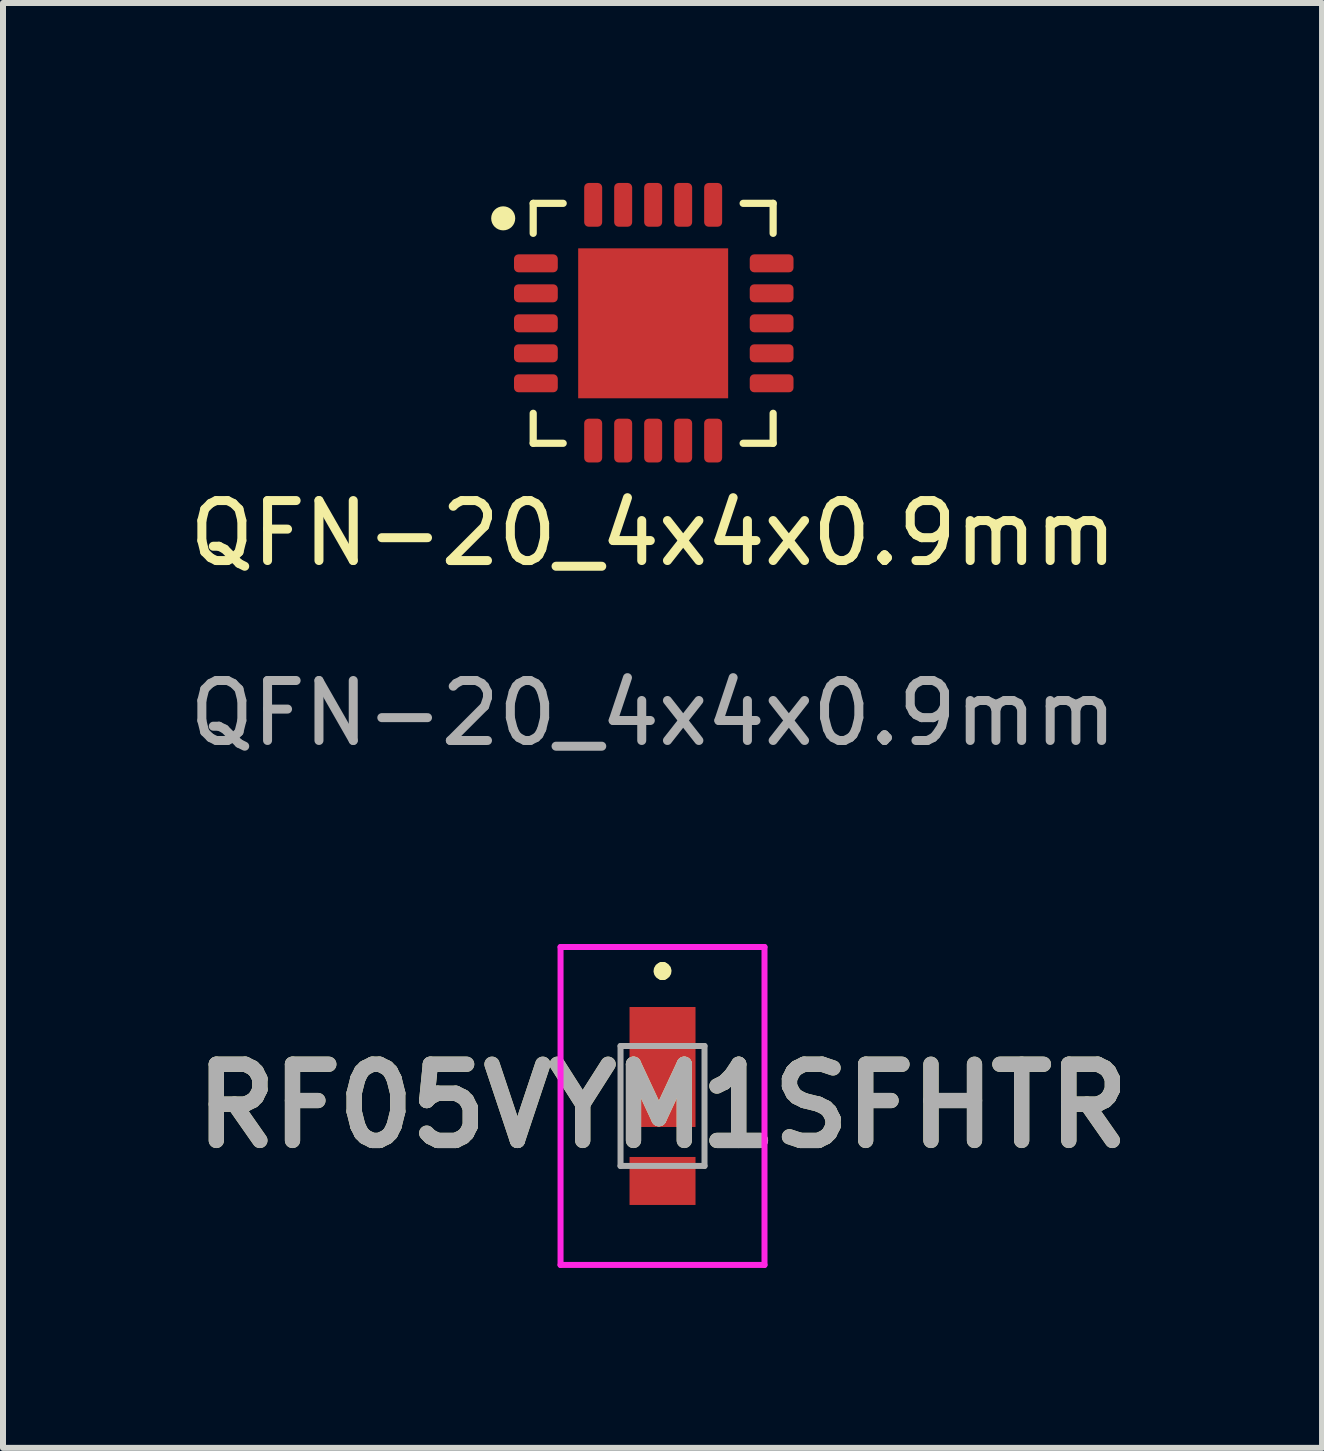
<source format=kicad_pcb>
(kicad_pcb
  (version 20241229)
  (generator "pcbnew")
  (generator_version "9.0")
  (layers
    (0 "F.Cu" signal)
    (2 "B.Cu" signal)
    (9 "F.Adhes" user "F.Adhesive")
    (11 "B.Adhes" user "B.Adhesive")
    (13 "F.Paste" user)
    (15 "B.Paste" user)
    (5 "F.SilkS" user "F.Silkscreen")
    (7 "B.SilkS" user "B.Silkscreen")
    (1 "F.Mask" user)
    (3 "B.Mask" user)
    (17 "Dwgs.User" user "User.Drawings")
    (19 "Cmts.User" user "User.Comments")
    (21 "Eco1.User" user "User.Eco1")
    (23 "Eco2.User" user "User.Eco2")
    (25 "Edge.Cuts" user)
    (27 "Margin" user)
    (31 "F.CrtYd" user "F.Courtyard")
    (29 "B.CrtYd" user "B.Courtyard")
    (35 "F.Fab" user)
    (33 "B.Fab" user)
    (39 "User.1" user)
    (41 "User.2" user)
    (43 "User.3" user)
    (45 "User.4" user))
  (footprint "QFN-20_4x4x0.9mm"
    (layer "F.Cu")
    (at 7.839 2.34)
    (property "Reference" "QFN-20_4x4x0.9mm" (at 0 3.5 0) (unlocked yes) (layer "F.SilkS") (effects (font (size 1 1) (thickness 0.15))))
    (attr smd)
    (fp_line (start -2 -2) (end -1.5 -2) (stroke (width 0.12) (type solid)) (layer "F.SilkS"))
    (fp_line (start -2 -1.5) (end -2 -2) (stroke (width 0.12) (type solid)) (layer "F.SilkS"))
    (fp_line (start -2 2) (end -2 1.5) (stroke (width 0.12) (type solid)) (layer "F.SilkS"))
    (fp_line (start -1.5 2) (end -2 2) (stroke (width 0.12) (type solid)) (layer "F.SilkS"))
    (fp_line (start 1.5 2) (end 2 2) (stroke (width 0.12) (type solid)) (layer "F.SilkS"))
    (fp_line (start 2 -2) (end 1.5 -2) (stroke (width 0.12) (type solid)) (layer "F.SilkS"))
    (fp_line (start 2 -1.5) (end 2 -2) (stroke (width 0.12) (type solid)) (layer "F.SilkS"))
    (fp_line (start 2 2) (end 2 1.5) (stroke (width 0.12) (type solid)) (layer "F.SilkS"))
    (fp_circle (center -2.5 -1.75) (end -2.3 -1.75) (stroke (width 0.001) (type solid)) (fill yes) (layer "F.SilkS"))
    (fp_text user "${REFERENCE}" (at 0 6.5 0) (unlocked yes) (layer "F.Fab") (effects (font (size 1 1) (thickness 0.15))))
    (pad "1" smd roundrect (at -1.955 -1 90) (size 0.3 0.73) (layers "F.Cu" "F.Mask" "F.Paste") (roundrect_rratio 0.25))
    (pad "2" smd roundrect (at -1.955 -0.5 90) (size 0.3 0.73) (layers "F.Cu" "F.Mask" "F.Paste") (roundrect_rratio 0.25))
    (pad "3" smd roundrect (at -1.955 0 90) (size 0.3 0.73) (layers "F.Cu" "F.Mask" "F.Paste") (roundrect_rratio 0.25))
    (pad "4" smd roundrect (at -1.955 0.5 90) (size 0.3 0.73) (layers "F.Cu" "F.Mask" "F.Paste") (roundrect_rratio 0.25))
    (pad "5" smd roundrect (at -1.955 1 90) (size 0.3 0.73) (layers "F.Cu" "F.Mask" "F.Paste") (roundrect_rratio 0.25))
    (pad "6" smd roundrect (at -1 1.955 180) (size 0.3 0.73) (layers "F.Cu" "F.Mask" "F.Paste") (roundrect_rratio 0.25))
    (pad "7" smd roundrect (at -0.5 1.955 180) (size 0.3 0.73) (layers "F.Cu" "F.Mask" "F.Paste") (roundrect_rratio 0.25))
    (pad "8" smd roundrect (at 0 1.955 180) (size 0.3 0.73) (layers "F.Cu" "F.Mask" "F.Paste") (roundrect_rratio 0.25))
    (pad "9" smd roundrect (at 0.5 1.955 180) (size 0.3 0.73) (layers "F.Cu" "F.Mask" "F.Paste") (roundrect_rratio 0.25))
    (pad "10" smd roundrect (at 1 1.955 180) (size 0.3 0.73) (layers "F.Cu" "F.Mask" "F.Paste") (roundrect_rratio 0.25))
    (pad "11" smd roundrect (at 1.975 1 90) (size 0.3 0.73) (layers "F.Cu" "F.Mask" "F.Paste") (roundrect_rratio 0.25))
    (pad "12" smd roundrect (at 1.975 0.5 90) (size 0.3 0.73) (layers "F.Cu" "F.Mask" "F.Paste") (roundrect_rratio 0.25))
    (pad "13" smd roundrect (at 1.975 0 90) (size 0.3 0.73) (layers "F.Cu" "F.Mask" "F.Paste") (roundrect_rratio 0.25))
    (pad "14" smd roundrect (at 1.975 -0.5 90) (size 0.3 0.73) (layers "F.Cu" "F.Mask" "F.Paste") (roundrect_rratio 0.25))
    (pad "15" smd roundrect (at 1.975 -1 90) (size 0.3 0.73) (layers "F.Cu" "F.Mask" "F.Paste") (roundrect_rratio 0.25))
    (pad "16" smd roundrect (at 1 -1.975 180) (size 0.3 0.73) (layers "F.Cu" "F.Mask" "F.Paste") (roundrect_rratio 0.25))
    (pad "17" smd roundrect (at 0.5 -1.975 180) (size 0.3 0.73) (layers "F.Cu" "F.Mask" "F.Paste") (roundrect_rratio 0.25))
    (pad "18" smd roundrect (at 0 -1.975 180) (size 0.3 0.73) (layers "F.Cu" "F.Mask" "F.Paste") (roundrect_rratio 0.25))
    (pad "19" smd roundrect (at -0.5 -1.975 180) (size 0.3 0.73) (layers "F.Cu" "F.Mask" "F.Paste") (roundrect_rratio 0.25))
    (pad "20" smd roundrect (at -1 -1.975 180) (size 0.3 0.73) (layers "F.Cu" "F.Mask" "F.Paste") (roundrect_rratio 0.25))
    (pad "EPAD" smd rect (at 0 0 180) (size 2.5 2.5) (layers "F.Cu" "F.Mask" "F.Paste")))
  (footprint "RF05VYM1SFHTR"
    (layer "F.Cu")
    (at 7.995 15.388)
    (property "Reference" "RF05VYM1SFHTR" (at 0 0 0) (layer "F.SilkS") (effects (font (size 1.27 1.27) (thickness 0.254))))
    (attr smd)
    (fp_line (start 0 -2.3) (end 0 -2.3) (stroke (width 0.2) (type solid)) (layer "F.SilkS"))
    (fp_line (start 0 -2.3) (end 0 -2.2) (stroke (width 0.2) (type solid)) (layer "F.SilkS"))
    (fp_line (start 0 -2.2) (end 0 -2.2) (stroke (width 0.2) (type solid)) (layer "F.SilkS"))
    (fp_arc (start 0 -2.3) (mid 0.05 -2.25) (end 0 -2.2) (stroke (width 0.2) (type solid)) (layer "F.SilkS"))
    (fp_arc (start 0 -2.2) (mid -0.05 -2.25) (end 0 -2.3) (stroke (width 0.2) (type solid)) (layer "F.SilkS"))
    (fp_line (start -1.7 -2.65) (end 1.7 -2.65) (stroke (width 0.1) (type solid)) (layer "F.CrtYd"))
    (fp_line (start -1.7 2.65) (end -1.7 -2.65) (stroke (width 0.1) (type solid)) (layer "F.CrtYd"))
    (fp_line (start 1.7 -2.65) (end 1.7 2.65) (stroke (width 0.1) (type solid)) (layer "F.CrtYd"))
    (fp_line (start 1.7 2.65) (end -1.7 2.65) (stroke (width 0.1) (type solid)) (layer "F.CrtYd"))
    (fp_line (start -0.7 -1) (end 0.7 -1) (stroke (width 0.1) (type solid)) (layer "F.Fab"))
    (fp_line (start -0.7 1) (end -0.7 -1) (stroke (width 0.1) (type solid)) (layer "F.Fab"))
    (fp_line (start 0.7 -1) (end 0.7 1) (stroke (width 0.1) (type solid)) (layer "F.Fab"))
    (fp_line (start 0.7 1) (end -0.7 1) (stroke (width 0.1) (type solid)) (layer "F.Fab"))
    (fp_text user "${REFERENCE}" (at 0 0 0) (layer "F.Fab") (effects (font (size 1.27 1.27) (thickness 0.254))))
    (pad "1" smd rect (at 0 -0.65) (size 1.1 2) (layers "F.Cu" "F.Mask" "F.Paste"))
    (pad "2" smd rect (at 0 1.25 90) (size 0.8 1.1) (layers "F.Cu" "F.Mask" "F.Paste")))
  (gr_rect
    (start -3 -3)
    (end 18.99 21.088)
    (stroke (width 0.1) (type default))
    (fill no)
    (layer "Edge.Cuts")))
</source>
